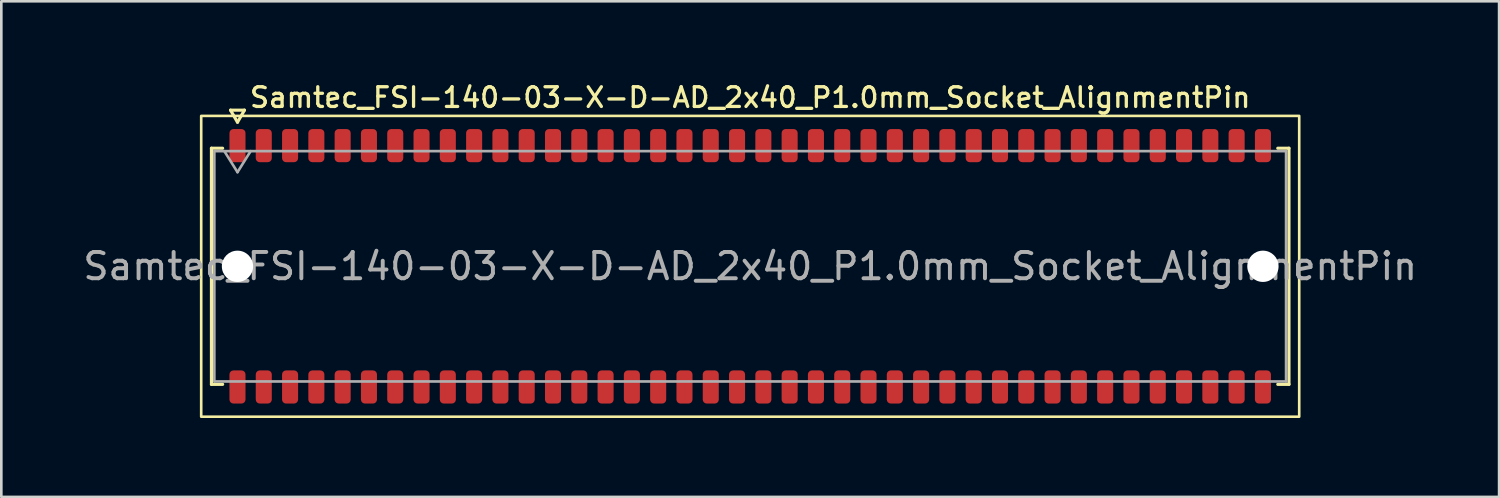
<source format=kicad_pcb>
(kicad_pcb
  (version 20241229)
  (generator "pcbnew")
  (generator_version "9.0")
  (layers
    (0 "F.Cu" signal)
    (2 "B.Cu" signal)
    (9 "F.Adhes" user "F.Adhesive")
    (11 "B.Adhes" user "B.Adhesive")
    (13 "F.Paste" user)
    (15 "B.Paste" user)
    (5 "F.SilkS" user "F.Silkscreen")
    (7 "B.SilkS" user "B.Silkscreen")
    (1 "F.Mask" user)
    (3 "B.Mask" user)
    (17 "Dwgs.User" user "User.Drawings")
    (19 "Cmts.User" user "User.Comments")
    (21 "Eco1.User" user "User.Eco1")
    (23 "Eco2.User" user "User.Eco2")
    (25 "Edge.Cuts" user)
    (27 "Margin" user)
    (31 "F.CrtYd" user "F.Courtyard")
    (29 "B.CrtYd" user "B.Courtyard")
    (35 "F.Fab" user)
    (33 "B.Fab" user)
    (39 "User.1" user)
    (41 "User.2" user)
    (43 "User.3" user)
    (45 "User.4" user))
  (footprint "Samtec_FSI-140-03-X-D-AD_2x40_P1.0mm_Socket_AlignmentPin"
    (layer "F.Cu")
    (at 25.482 7.078)
    (property "Reference" "Samtec_FSI-140-03-X-D-AD_2x40_P1.0mm_Socket_AlignmentPin" (at 0 -6.42 0) (layer "F.SilkS") (effects (font (size 0.75 0.75) (thickness 0.125))))
    (attr smd)
    (fp_line (start -20.49 -4.49) (end -20.065 -4.49) (stroke (width 0.12) (type solid)) (layer "F.SilkS"))
    (fp_line (start -20.49 4.49) (end -20.49 -4.49) (stroke (width 0.12) (type solid)) (layer "F.SilkS"))
    (fp_line (start -20.065 4.49) (end -20.49 4.49) (stroke (width 0.12) (type solid)) (layer "F.SilkS"))
    (fp_line (start -19.764 -5.938) (end -19.5 -5.48) (stroke (width 0.12) (type solid)) (layer "F.SilkS"))
    (fp_line (start -19.5 -5.48) (end -19.236 -5.938) (stroke (width 0.12) (type solid)) (layer "F.SilkS"))
    (fp_line (start -19.236 -5.938) (end -19.764 -5.938) (stroke (width 0.12) (type solid)) (layer "F.SilkS"))
    (fp_line (start 20.065 -4.49) (end 20.49 -4.49) (stroke (width 0.12) (type solid)) (layer "F.SilkS"))
    (fp_line (start 20.49 -4.49) (end 20.49 4.49) (stroke (width 0.12) (type solid)) (layer "F.SilkS"))
    (fp_line (start 20.49 4.49) (end 20.065 4.49) (stroke (width 0.12) (type solid)) (layer "F.SilkS"))
    (fp_rect (start -20.88 -5.72) (end 20.88 5.72) (stroke (width 0.1) (type solid)) (fill no) (layer "F.SilkS"))
    (fp_line (start -20.38 -4.38) (end 20.38 -4.38) (stroke (width 0.1) (type solid)) (layer "F.Fab"))
    (fp_line (start -20.38 4.38) (end -20.38 -4.38) (stroke (width 0.1) (type solid)) (layer "F.Fab"))
    (fp_line (start -20 -4.38) (end -19.5 -3.58) (stroke (width 0.1) (type solid)) (layer "F.Fab"))
    (fp_line (start -19.5 -3.58) (end -19 -4.38) (stroke (width 0.1) (type solid)) (layer "F.Fab"))
    (fp_line (start 20.38 -4.38) (end 20.38 4.38) (stroke (width 0.1) (type solid)) (layer "F.Fab"))
    (fp_line (start 20.38 4.38) (end -20.38 4.38) (stroke (width 0.1) (type solid)) (layer "F.Fab"))
    (fp_text user "${REFERENCE}" (at 0 0 0) (layer "F.Fab") (effects (font (size 1 1) (thickness 0.15))))
    (pad "" np_thru_hole circle (at -19.5 0) (size 1.19 1.19) (drill 1.19) (layers "*.Cu" "*.Mask"))
    (pad "" np_thru_hole circle (at 19.5 0) (size 1.19 1.19) (drill 1.19) (layers "*.Cu" "*.Mask"))
    (pad "1" smd roundrect (at -19.5 -4.59) (size 0.61 1.26) (layers "F.Cu" "F.Mask" "F.Paste") (roundrect_rratio 0.25))
    (pad "2" smd roundrect (at -19.5 4.59) (size 0.61 1.26) (layers "F.Cu" "F.Mask" "F.Paste") (roundrect_rratio 0.25))
    (pad "3" smd roundrect (at -18.5 -4.59) (size 0.61 1.26) (layers "F.Cu" "F.Mask" "F.Paste") (roundrect_rratio 0.25))
    (pad "4" smd roundrect (at -18.5 4.59) (size 0.61 1.26) (layers "F.Cu" "F.Mask" "F.Paste") (roundrect_rratio 0.25))
    (pad "5" smd roundrect (at -17.5 -4.59) (size 0.61 1.26) (layers "F.Cu" "F.Mask" "F.Paste") (roundrect_rratio 0.25))
    (pad "6" smd roundrect (at -17.5 4.59) (size 0.61 1.26) (layers "F.Cu" "F.Mask" "F.Paste") (roundrect_rratio 0.25))
    (pad "7" smd roundrect (at -16.5 -4.59) (size 0.61 1.26) (layers "F.Cu" "F.Mask" "F.Paste") (roundrect_rratio 0.25))
    (pad "8" smd roundrect (at -16.5 4.59) (size 0.61 1.26) (layers "F.Cu" "F.Mask" "F.Paste") (roundrect_rratio 0.25))
    (pad "9" smd roundrect (at -15.5 -4.59) (size 0.61 1.26) (layers "F.Cu" "F.Mask" "F.Paste") (roundrect_rratio 0.25))
    (pad "10" smd roundrect (at -15.5 4.59) (size 0.61 1.26) (layers "F.Cu" "F.Mask" "F.Paste") (roundrect_rratio 0.25))
    (pad "11" smd roundrect (at -14.5 -4.59) (size 0.61 1.26) (layers "F.Cu" "F.Mask" "F.Paste") (roundrect_rratio 0.25))
    (pad "12" smd roundrect (at -14.5 4.59) (size 0.61 1.26) (layers "F.Cu" "F.Mask" "F.Paste") (roundrect_rratio 0.25))
    (pad "13" smd roundrect (at -13.5 -4.59) (size 0.61 1.26) (layers "F.Cu" "F.Mask" "F.Paste") (roundrect_rratio 0.25))
    (pad "14" smd roundrect (at -13.5 4.59) (size 0.61 1.26) (layers "F.Cu" "F.Mask" "F.Paste") (roundrect_rratio 0.25))
    (pad "15" smd roundrect (at -12.5 -4.59) (size 0.61 1.26) (layers "F.Cu" "F.Mask" "F.Paste") (roundrect_rratio 0.25))
    (pad "16" smd roundrect (at -12.5 4.59) (size 0.61 1.26) (layers "F.Cu" "F.Mask" "F.Paste") (roundrect_rratio 0.25))
    (pad "17" smd roundrect (at -11.5 -4.59) (size 0.61 1.26) (layers "F.Cu" "F.Mask" "F.Paste") (roundrect_rratio 0.25))
    (pad "18" smd roundrect (at -11.5 4.59) (size 0.61 1.26) (layers "F.Cu" "F.Mask" "F.Paste") (roundrect_rratio 0.25))
    (pad "19" smd roundrect (at -10.5 -4.59) (size 0.61 1.26) (layers "F.Cu" "F.Mask" "F.Paste") (roundrect_rratio 0.25))
    (pad "20" smd roundrect (at -10.5 4.59) (size 0.61 1.26) (layers "F.Cu" "F.Mask" "F.Paste") (roundrect_rratio 0.25))
    (pad "21" smd roundrect (at -9.5 -4.59) (size 0.61 1.26) (layers "F.Cu" "F.Mask" "F.Paste") (roundrect_rratio 0.25))
    (pad "22" smd roundrect (at -9.5 4.59) (size 0.61 1.26) (layers "F.Cu" "F.Mask" "F.Paste") (roundrect_rratio 0.25))
    (pad "23" smd roundrect (at -8.5 -4.59) (size 0.61 1.26) (layers "F.Cu" "F.Mask" "F.Paste") (roundrect_rratio 0.25))
    (pad "24" smd roundrect (at -8.5 4.59) (size 0.61 1.26) (layers "F.Cu" "F.Mask" "F.Paste") (roundrect_rratio 0.25))
    (pad "25" smd roundrect (at -7.5 -4.59) (size 0.61 1.26) (layers "F.Cu" "F.Mask" "F.Paste") (roundrect_rratio 0.25))
    (pad "26" smd roundrect (at -7.5 4.59) (size 0.61 1.26) (layers "F.Cu" "F.Mask" "F.Paste") (roundrect_rratio 0.25))
    (pad "27" smd roundrect (at -6.5 -4.59) (size 0.61 1.26) (layers "F.Cu" "F.Mask" "F.Paste") (roundrect_rratio 0.25))
    (pad "28" smd roundrect (at -6.5 4.59) (size 0.61 1.26) (layers "F.Cu" "F.Mask" "F.Paste") (roundrect_rratio 0.25))
    (pad "29" smd roundrect (at -5.5 -4.59) (size 0.61 1.26) (layers "F.Cu" "F.Mask" "F.Paste") (roundrect_rratio 0.25))
    (pad "30" smd roundrect (at -5.5 4.59) (size 0.61 1.26) (layers "F.Cu" "F.Mask" "F.Paste") (roundrect_rratio 0.25))
    (pad "31" smd roundrect (at -4.5 -4.59) (size 0.61 1.26) (layers "F.Cu" "F.Mask" "F.Paste") (roundrect_rratio 0.25))
    (pad "32" smd roundrect (at -4.5 4.59) (size 0.61 1.26) (layers "F.Cu" "F.Mask" "F.Paste") (roundrect_rratio 0.25))
    (pad "33" smd roundrect (at -3.5 -4.59) (size 0.61 1.26) (layers "F.Cu" "F.Mask" "F.Paste") (roundrect_rratio 0.25))
    (pad "34" smd roundrect (at -3.5 4.59) (size 0.61 1.26) (layers "F.Cu" "F.Mask" "F.Paste") (roundrect_rratio 0.25))
    (pad "35" smd roundrect (at -2.5 -4.59) (size 0.61 1.26) (layers "F.Cu" "F.Mask" "F.Paste") (roundrect_rratio 0.25))
    (pad "36" smd roundrect (at -2.5 4.59) (size 0.61 1.26) (layers "F.Cu" "F.Mask" "F.Paste") (roundrect_rratio 0.25))
    (pad "37" smd roundrect (at -1.5 -4.59) (size 0.61 1.26) (layers "F.Cu" "F.Mask" "F.Paste") (roundrect_rratio 0.25))
    (pad "38" smd roundrect (at -1.5 4.59) (size 0.61 1.26) (layers "F.Cu" "F.Mask" "F.Paste") (roundrect_rratio 0.25))
    (pad "39" smd roundrect (at -0.5 -4.59) (size 0.61 1.26) (layers "F.Cu" "F.Mask" "F.Paste") (roundrect_rratio 0.25))
    (pad "40" smd roundrect (at -0.5 4.59) (size 0.61 1.26) (layers "F.Cu" "F.Mask" "F.Paste") (roundrect_rratio 0.25))
    (pad "41" smd roundrect (at 0.5 -4.59) (size 0.61 1.26) (layers "F.Cu" "F.Mask" "F.Paste") (roundrect_rratio 0.25))
    (pad "42" smd roundrect (at 0.5 4.59) (size 0.61 1.26) (layers "F.Cu" "F.Mask" "F.Paste") (roundrect_rratio 0.25))
    (pad "43" smd roundrect (at 1.5 -4.59) (size 0.61 1.26) (layers "F.Cu" "F.Mask" "F.Paste") (roundrect_rratio 0.25))
    (pad "44" smd roundrect (at 1.5 4.59) (size 0.61 1.26) (layers "F.Cu" "F.Mask" "F.Paste") (roundrect_rratio 0.25))
    (pad "45" smd roundrect (at 2.5 -4.59) (size 0.61 1.26) (layers "F.Cu" "F.Mask" "F.Paste") (roundrect_rratio 0.25))
    (pad "46" smd roundrect (at 2.5 4.59) (size 0.61 1.26) (layers "F.Cu" "F.Mask" "F.Paste") (roundrect_rratio 0.25))
    (pad "47" smd roundrect (at 3.5 -4.59) (size 0.61 1.26) (layers "F.Cu" "F.Mask" "F.Paste") (roundrect_rratio 0.25))
    (pad "48" smd roundrect (at 3.5 4.59) (size 0.61 1.26) (layers "F.Cu" "F.Mask" "F.Paste") (roundrect_rratio 0.25))
    (pad "49" smd roundrect (at 4.5 -4.59) (size 0.61 1.26) (layers "F.Cu" "F.Mask" "F.Paste") (roundrect_rratio 0.25))
    (pad "50" smd roundrect (at 4.5 4.59) (size 0.61 1.26) (layers "F.Cu" "F.Mask" "F.Paste") (roundrect_rratio 0.25))
    (pad "51" smd roundrect (at 5.5 -4.59) (size 0.61 1.26) (layers "F.Cu" "F.Mask" "F.Paste") (roundrect_rratio 0.25))
    (pad "52" smd roundrect (at 5.5 4.59) (size 0.61 1.26) (layers "F.Cu" "F.Mask" "F.Paste") (roundrect_rratio 0.25))
    (pad "53" smd roundrect (at 6.5 -4.59) (size 0.61 1.26) (layers "F.Cu" "F.Mask" "F.Paste") (roundrect_rratio 0.25))
    (pad "54" smd roundrect (at 6.5 4.59) (size 0.61 1.26) (layers "F.Cu" "F.Mask" "F.Paste") (roundrect_rratio 0.25))
    (pad "55" smd roundrect (at 7.5 -4.59) (size 0.61 1.26) (layers "F.Cu" "F.Mask" "F.Paste") (roundrect_rratio 0.25))
    (pad "56" smd roundrect (at 7.5 4.59) (size 0.61 1.26) (layers "F.Cu" "F.Mask" "F.Paste") (roundrect_rratio 0.25))
    (pad "57" smd roundrect (at 8.5 -4.59) (size 0.61 1.26) (layers "F.Cu" "F.Mask" "F.Paste") (roundrect_rratio 0.25))
    (pad "58" smd roundrect (at 8.5 4.59) (size 0.61 1.26) (layers "F.Cu" "F.Mask" "F.Paste") (roundrect_rratio 0.25))
    (pad "59" smd roundrect (at 9.5 -4.59) (size 0.61 1.26) (layers "F.Cu" "F.Mask" "F.Paste") (roundrect_rratio 0.25))
    (pad "60" smd roundrect (at 9.5 4.59) (size 0.61 1.26) (layers "F.Cu" "F.Mask" "F.Paste") (roundrect_rratio 0.25))
    (pad "61" smd roundrect (at 10.5 -4.59) (size 0.61 1.26) (layers "F.Cu" "F.Mask" "F.Paste") (roundrect_rratio 0.25))
    (pad "62" smd roundrect (at 10.5 4.59) (size 0.61 1.26) (layers "F.Cu" "F.Mask" "F.Paste") (roundrect_rratio 0.25))
    (pad "63" smd roundrect (at 11.5 -4.59) (size 0.61 1.26) (layers "F.Cu" "F.Mask" "F.Paste") (roundrect_rratio 0.25))
    (pad "64" smd roundrect (at 11.5 4.59) (size 0.61 1.26) (layers "F.Cu" "F.Mask" "F.Paste") (roundrect_rratio 0.25))
    (pad "65" smd roundrect (at 12.5 -4.59) (size 0.61 1.26) (layers "F.Cu" "F.Mask" "F.Paste") (roundrect_rratio 0.25))
    (pad "66" smd roundrect (at 12.5 4.59) (size 0.61 1.26) (layers "F.Cu" "F.Mask" "F.Paste") (roundrect_rratio 0.25))
    (pad "67" smd roundrect (at 13.5 -4.59) (size 0.61 1.26) (layers "F.Cu" "F.Mask" "F.Paste") (roundrect_rratio 0.25))
    (pad "68" smd roundrect (at 13.5 4.59) (size 0.61 1.26) (layers "F.Cu" "F.Mask" "F.Paste") (roundrect_rratio 0.25))
    (pad "69" smd roundrect (at 14.5 -4.59) (size 0.61 1.26) (layers "F.Cu" "F.Mask" "F.Paste") (roundrect_rratio 0.25))
    (pad "70" smd roundrect (at 14.5 4.59) (size 0.61 1.26) (layers "F.Cu" "F.Mask" "F.Paste") (roundrect_rratio 0.25))
    (pad "71" smd roundrect (at 15.5 -4.59) (size 0.61 1.26) (layers "F.Cu" "F.Mask" "F.Paste") (roundrect_rratio 0.25))
    (pad "72" smd roundrect (at 15.5 4.59) (size 0.61 1.26) (layers "F.Cu" "F.Mask" "F.Paste") (roundrect_rratio 0.25))
    (pad "73" smd roundrect (at 16.5 -4.59) (size 0.61 1.26) (layers "F.Cu" "F.Mask" "F.Paste") (roundrect_rratio 0.25))
    (pad "74" smd roundrect (at 16.5 4.59) (size 0.61 1.26) (layers "F.Cu" "F.Mask" "F.Paste") (roundrect_rratio 0.25))
    (pad "75" smd roundrect (at 17.5 -4.59) (size 0.61 1.26) (layers "F.Cu" "F.Mask" "F.Paste") (roundrect_rratio 0.25))
    (pad "76" smd roundrect (at 17.5 4.59) (size 0.61 1.26) (layers "F.Cu" "F.Mask" "F.Paste") (roundrect_rratio 0.25))
    (pad "77" smd roundrect (at 18.5 -4.59) (size 0.61 1.26) (layers "F.Cu" "F.Mask" "F.Paste") (roundrect_rratio 0.25))
    (pad "78" smd roundrect (at 18.5 4.59) (size 0.61 1.26) (layers "F.Cu" "F.Mask" "F.Paste") (roundrect_rratio 0.25))
    (pad "79" smd roundrect (at 19.5 -4.59) (size 0.61 1.26) (layers "F.Cu" "F.Mask" "F.Paste") (roundrect_rratio 0.25))
    (pad "80" smd roundrect (at 19.5 4.59) (size 0.61 1.26) (layers "F.Cu" "F.Mask" "F.Paste") (roundrect_rratio 0.25)))
  (gr_rect
    (start -3 -3)
    (end 53.964 15.848)
    (stroke (width 0.1) (type default))
    (fill no)
    (layer "Edge.Cuts")))
</source>
